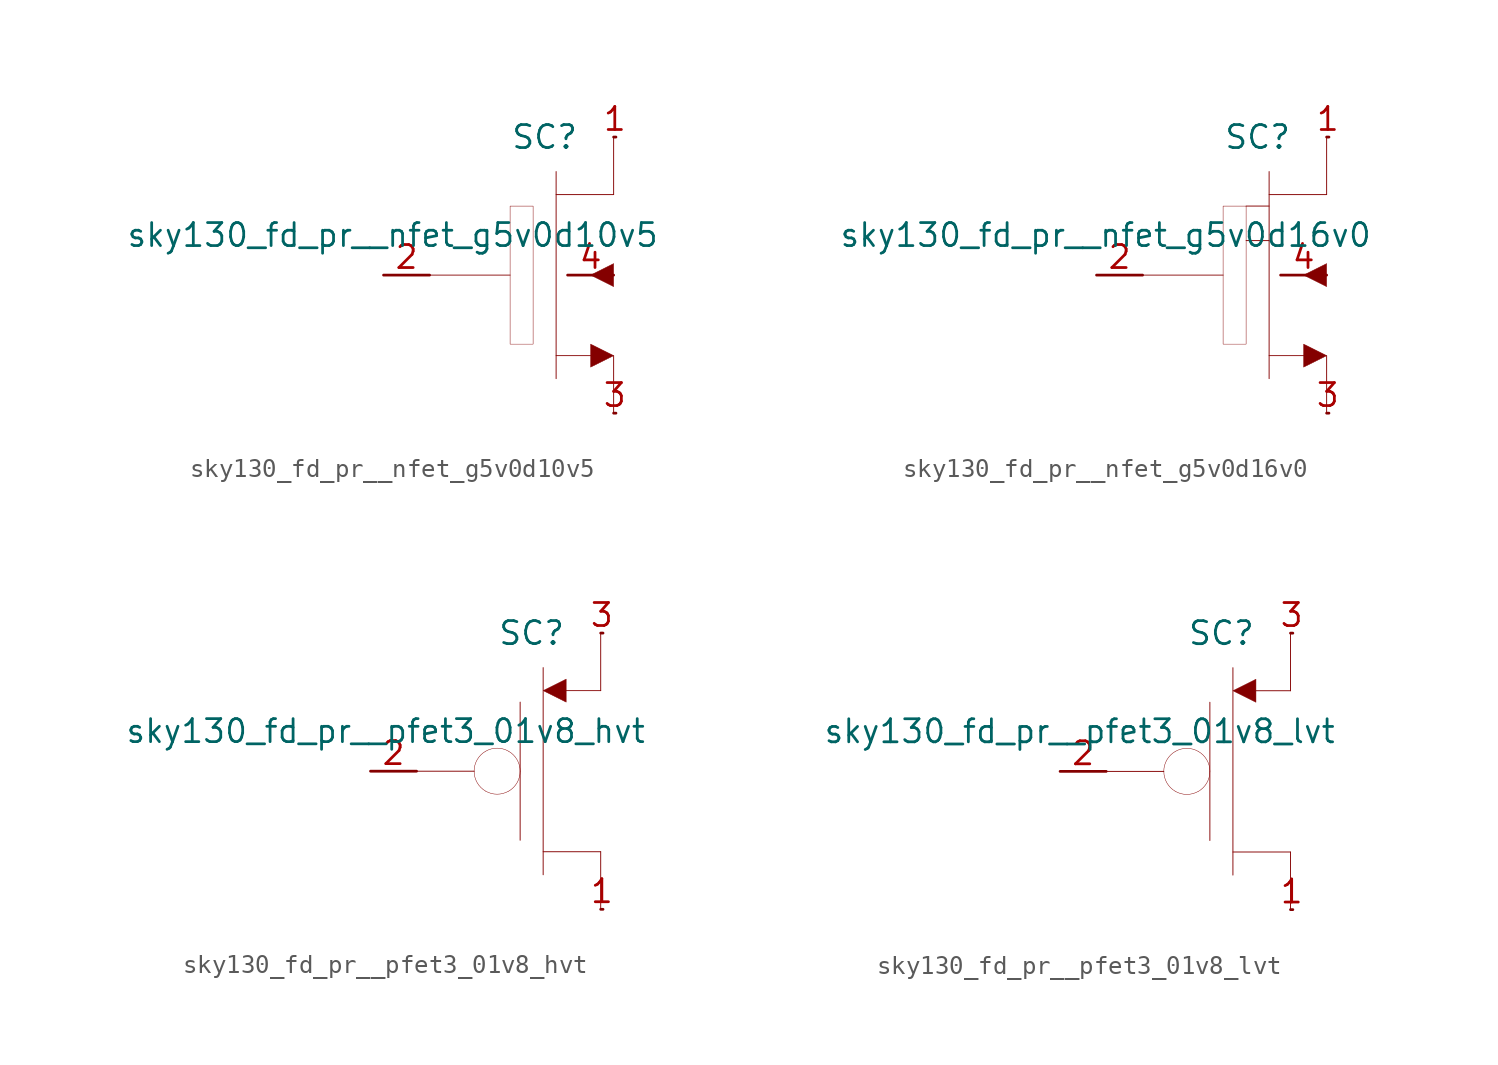
<source format=kicad_sym>
(kicad_symbol_lib
  (version 20211014)
  (generator kicad_symbol_editor)
  (symbol "sky130_fd_pr__nfet_g5v0d10v5"
    (pin_names hide)
    (property "Reference" "SC"
      (at 1.27 7.62 0)
      (effects (font (size 1.27 1.27))))
    (property "Value" "sky130_fd_pr__nfet_g5v0d10v5"
      (at 7.62 2.21 0)
      (effects (font (size 1.27 1.27)) (justify right)))
    (symbol "sky130_fd_pr__nfet_g5v0d10v5_0_0"
      (polyline (pts (xy -5.08 0) (xy -0.635 0)) (stroke (width 0.051) (type default) (color 0 0 0 0)) (fill (type none)))
      (polyline (pts (xy 1.905 -4.445) (xy 3.81 -4.445)) (stroke (width 0.051) (type default) (color 0 0 0 0)) (fill (type none)))
      (polyline (pts (xy 1.905 4.445) (xy 5.08 4.445)) (stroke (width 0.051) (type default) (color 0 0 0 0)) (fill (type none)))
      (polyline (pts (xy 1.905 5.715) (xy 1.905 -5.715)) (stroke (width 0.051) (type default) (color 0 0 0 0)) (fill (type none)))
      (polyline (pts (xy 5.08 -4.445) (xy 5.08 -7.62)) (stroke (width 0.051) (type default) (color 0 0 0 0)) (fill (type none)))
      (polyline (pts (xy 5.08 7.62) (xy 5.08 4.445)) (stroke (width 0.051) (type default) (color 0 0 0 0)) (fill (type none)))
      (polyline (pts (xy 3.81 -3.81) (xy 5.08 -4.445) (xy 3.81 -5.08) (xy 3.81 -3.81)) (stroke (width 0.025) (type default) (color 0 0 0 0)) (fill (type outline)))
      (polyline (pts (xy 5.08 0.635) (xy 3.81 0) (xy 5.08 -0.635) (xy 5.08 0.635)) (stroke (width 0.025) (type default) (color 0 0 0 0)) (fill (type outline)))
      (polyline (pts (xy -0.635 -3.81) (xy -0.635 3.81) (xy 0.635 3.81) (xy 0.635 -3.81) (xy -0.635 -3.81)) (stroke (width 0.025) (type default) (color 0 0 0 0)) (fill (type none))))
    (symbol "sky130_fd_pr__nfet_g5v0d10v5_1_1"
      (pin bidirectional line (at 5.08 7.62 0) (length 0.127) (name "S" (effects (font (size 1.092 1.092)))) (number "1" (effects (font (size 1.27 1.27)))))
      (pin input line (at -7.62 0 0) (length 2.54) (name "G" (effects (font (size 1.092 1.092)))) (number "2" (effects (font (size 1.27 1.27)))))
      (pin bidirectional line (at 5.08 -7.62 0) (length 0.127) (name "S" (effects (font (size 1.092 1.092)))) (number "3" (effects (font (size 1.27 1.27)))))
      (pin input line (at 2.54 0 0) (length 2.54) (name "B" (effects (font (size 1.092 1.092)))) (number "4" (effects (font (size 1.27 1.27)))))))
  (symbol "sky130_fd_pr__nfet_g5v0d16v0"
    (pin_names hide)
    (property "Reference" "SC"
      (at 1.27 7.62 0)
      (effects (font (size 1.27 1.27))))
    (property "Value" "sky130_fd_pr__nfet_g5v0d16v0"
      (at 7.62 2.21 0)
      (effects (font (size 1.27 1.27)) (justify right)))
    (symbol "sky130_fd_pr__nfet_g5v0d16v0_0_0"
      (polyline (pts (xy -5.08 0) (xy -0.635 0)) (stroke (width 0.051) (type default) (color 0 0 0 0)) (fill (type none)))
      (polyline (pts (xy 0.635 1.905) (xy 1.905 1.905)) (stroke (width 0.051) (type default) (color 0 0 0 0)) (fill (type none)))
      (polyline (pts (xy 0.635 3.81) (xy 1.905 3.81)) (stroke (width 0.051) (type default) (color 0 0 0 0)) (fill (type none)))
      (polyline (pts (xy 1.905 -4.445) (xy 3.81 -4.445)) (stroke (width 0.051) (type default) (color 0 0 0 0)) (fill (type none)))
      (polyline (pts (xy 1.905 4.445) (xy 5.08 4.445)) (stroke (width 0.051) (type default) (color 0 0 0 0)) (fill (type none)))
      (polyline (pts (xy 1.905 5.715) (xy 1.905 -5.715)) (stroke (width 0.051) (type default) (color 0 0 0 0)) (fill (type none)))
      (polyline (pts (xy 5.08 -4.445) (xy 5.08 -7.62)) (stroke (width 0.051) (type default) (color 0 0 0 0)) (fill (type none)))
      (polyline (pts (xy 5.08 7.62) (xy 5.08 4.445)) (stroke (width 0.051) (type default) (color 0 0 0 0)) (fill (type none)))
      (polyline (pts (xy 3.81 -3.81) (xy 5.08 -4.445) (xy 3.81 -5.08) (xy 3.81 -3.81)) (stroke (width 0.025) (type default) (color 0 0 0 0)) (fill (type outline)))
      (polyline (pts (xy 5.08 0.635) (xy 3.81 0) (xy 5.08 -0.635) (xy 5.08 0.635)) (stroke (width 0.025) (type default) (color 0 0 0 0)) (fill (type outline)))
      (polyline (pts (xy -0.635 -3.81) (xy -0.635 3.81) (xy 0.635 3.81) (xy 0.635 -3.81) (xy -0.635 -3.81)) (stroke (width 0.025) (type default) (color 0 0 0 0)) (fill (type none))))
    (symbol "sky130_fd_pr__nfet_g5v0d16v0_1_1"
      (pin bidirectional line (at 5.08 7.62 0) (length 0.127) (name "D" (effects (font (size 1.092 1.092)))) (number "1" (effects (font (size 1.27 1.27)))))
      (pin input line (at -7.62 0 0) (length 2.54) (name "G" (effects (font (size 1.092 1.092)))) (number "2" (effects (font (size 1.27 1.27)))))
      (pin bidirectional line (at 5.08 -7.62 0) (length 0.127) (name "S" (effects (font (size 1.092 1.092)))) (number "3" (effects (font (size 1.27 1.27)))))
      (pin input line (at 2.54 0 0) (length 2.54) (name "B" (effects (font (size 1.092 1.092)))) (number "4" (effects (font (size 1.27 1.27)))))))
  (symbol "sky130_fd_pr__pfet3_01v8_hvt"
    (pin_names hide)
    (property "Reference" "SC"
      (at 1.27 7.62 0)
      (effects (font (size 1.27 1.27))))
    (property "Value" "sky130_fd_pr__pfet3_01v8_hvt"
      (at 7.62 2.21 0)
      (effects (font (size 1.27 1.27)) (justify right)))
    (symbol "sky130_fd_pr__pfet3_01v8_hvt_0_0"
      (arc (start -1.905 0) (mid -1.7348 -0.635) (end -1.27 -1.0999) (stroke (width 0.0254) (type default) (color 0 0 0 0)) (fill (type none)))
      (arc (start -1.27 -1.0999) (mid -0.635 -1.27) (end 0 -1.0999) (stroke (width 0.0254) (type default) (color 0 0 0 0)) (fill (type none)))
      (arc (start -1.27 1.0999) (mid -1.7349 0.635) (end -1.905 0) (stroke (width 0.0254) (type default) (color 0 0 0 0)) (fill (type none)))
      (arc (start 0 -1.0999) (mid 0.4649 -0.635) (end 0.635 0) (stroke (width 0.0254) (type default) (color 0 0 0 0)) (fill (type none)))
      (polyline (pts (xy -5.08 0) (xy -1.905 0)) (stroke (width 0.051) (type default) (color 0 0 0 0)) (fill (type none)))
      (polyline (pts (xy 0.635 3.81) (xy 0.635 -3.81)) (stroke (width 0.051) (type default) (color 0 0 0 0)) (fill (type none)))
      (polyline (pts (xy 1.905 -4.445) (xy 5.08 -4.445)) (stroke (width 0.051) (type default) (color 0 0 0 0)) (fill (type none)))
      (polyline (pts (xy 1.905 5.715) (xy 1.905 -5.715)) (stroke (width 0.051) (type default) (color 0 0 0 0)) (fill (type none)))
      (polyline (pts (xy 3.175 4.445) (xy 5.08 4.445)) (stroke (width 0.051) (type default) (color 0 0 0 0)) (fill (type none)))
      (polyline (pts (xy 5.08 -4.445) (xy 5.08 -7.62)) (stroke (width 0.051) (type default) (color 0 0 0 0)) (fill (type none)))
      (polyline (pts (xy 5.08 7.62) (xy 5.08 4.445)) (stroke (width 0.051) (type default) (color 0 0 0 0)) (fill (type none)))
      (polyline (pts (xy 3.175 5.08) (xy 1.905 4.445) (xy 3.175 3.81) (xy 3.175 5.08)) (stroke (width 0.025) (type default) (color 0 0 0 0)) (fill (type outline)))
      (arc (start 0 1.0999) (mid -0.635 1.27) (end -1.27 1.0999) (stroke (width 0.0254) (type default) (color 0 0 0 0)) (fill (type none)))
      (arc (start 0.635 0) (mid 0.4648 0.635) (end 0 1.0999) (stroke (width 0.0254) (type default) (color 0 0 0 0)) (fill (type none))))
    (symbol "sky130_fd_pr__pfet3_01v8_hvt_1_1"
      (pin bidirectional line (at 5.08 -7.62 0) (length 0.127) (name "D" (effects (font (size 1.092 1.092)))) (number "1" (effects (font (size 1.27 1.27)))))
      (pin input line (at -7.62 0 0) (length 2.54) (name "G" (effects (font (size 1.092 1.092)))) (number "2" (effects (font (size 1.27 1.27)))))
      (pin bidirectional line (at 5.08 7.62 0) (length 0.127) (name "S" (effects (font (size 1.092 1.092)))) (number "3" (effects (font (size 1.27 1.27)))))))
  (symbol "sky130_fd_pr__pfet3_01v8_lvt"
    (pin_names hide)
    (property "Reference" "SC"
      (at 1.27 7.62 0)
      (effects (font (size 1.27 1.27))))
    (property "Value" "sky130_fd_pr__pfet3_01v8_lvt"
      (at 7.62 2.21 0)
      (effects (font (size 1.27 1.27)) (justify right)))
    (symbol "sky130_fd_pr__pfet3_01v8_lvt_0_0"
      (arc (start -1.905 0) (mid -1.7348 -0.635) (end -1.27 -1.0999) (stroke (width 0.0254) (type default) (color 0 0 0 0)) (fill (type none)))
      (arc (start -1.27 -1.0999) (mid -0.635 -1.27) (end 0 -1.0999) (stroke (width 0.0254) (type default) (color 0 0 0 0)) (fill (type none)))
      (arc (start -1.27 1.0999) (mid -1.7349 0.635) (end -1.905 0) (stroke (width 0.0254) (type default) (color 0 0 0 0)) (fill (type none)))
      (arc (start 0 -1.0999) (mid 0.4649 -0.635) (end 0.635 0) (stroke (width 0.0254) (type default) (color 0 0 0 0)) (fill (type none)))
      (polyline (pts (xy -5.08 0) (xy -1.905 0)) (stroke (width 0.051) (type default) (color 0 0 0 0)) (fill (type none)))
      (polyline (pts (xy 0.635 3.81) (xy 0.635 -3.81)) (stroke (width 0.051) (type default) (color 0 0 0 0)) (fill (type none)))
      (polyline (pts (xy 1.905 -4.445) (xy 5.08 -4.445)) (stroke (width 0.051) (type default) (color 0 0 0 0)) (fill (type none)))
      (polyline (pts (xy 1.905 5.715) (xy 1.905 -5.715)) (stroke (width 0.051) (type default) (color 0 0 0 0)) (fill (type none)))
      (polyline (pts (xy 3.175 4.445) (xy 5.08 4.445)) (stroke (width 0.051) (type default) (color 0 0 0 0)) (fill (type none)))
      (polyline (pts (xy 5.08 -4.445) (xy 5.08 -7.62)) (stroke (width 0.051) (type default) (color 0 0 0 0)) (fill (type none)))
      (polyline (pts (xy 5.08 7.62) (xy 5.08 4.445)) (stroke (width 0.051) (type default) (color 0 0 0 0)) (fill (type none)))
      (polyline (pts (xy 3.175 5.08) (xy 1.905 4.445) (xy 3.175 3.81) (xy 3.175 5.08)) (stroke (width 0.025) (type default) (color 0 0 0 0)) (fill (type outline)))
      (arc (start 0 1.0999) (mid -0.635 1.27) (end -1.27 1.0999) (stroke (width 0.0254) (type default) (color 0 0 0 0)) (fill (type none)))
      (arc (start 0.635 0) (mid 0.4648 0.635) (end 0 1.0999) (stroke (width 0.0254) (type default) (color 0 0 0 0)) (fill (type none))))
    (symbol "sky130_fd_pr__pfet3_01v8_lvt_1_1"
      (pin bidirectional line (at 5.08 -7.62 0) (length 0.127) (name "D" (effects (font (size 1.092 1.092)))) (number "1" (effects (font (size 1.27 1.27)))))
      (pin input line (at -7.62 0 0) (length 2.54) (name "G" (effects (font (size 1.092 1.092)))) (number "2" (effects (font (size 1.27 1.27)))))
      (pin bidirectional line (at 5.08 7.62 0) (length 0.127) (name "S" (effects (font (size 1.092 1.092)))) (number "3" (effects (font (size 1.27 1.27))))))))
</source>
